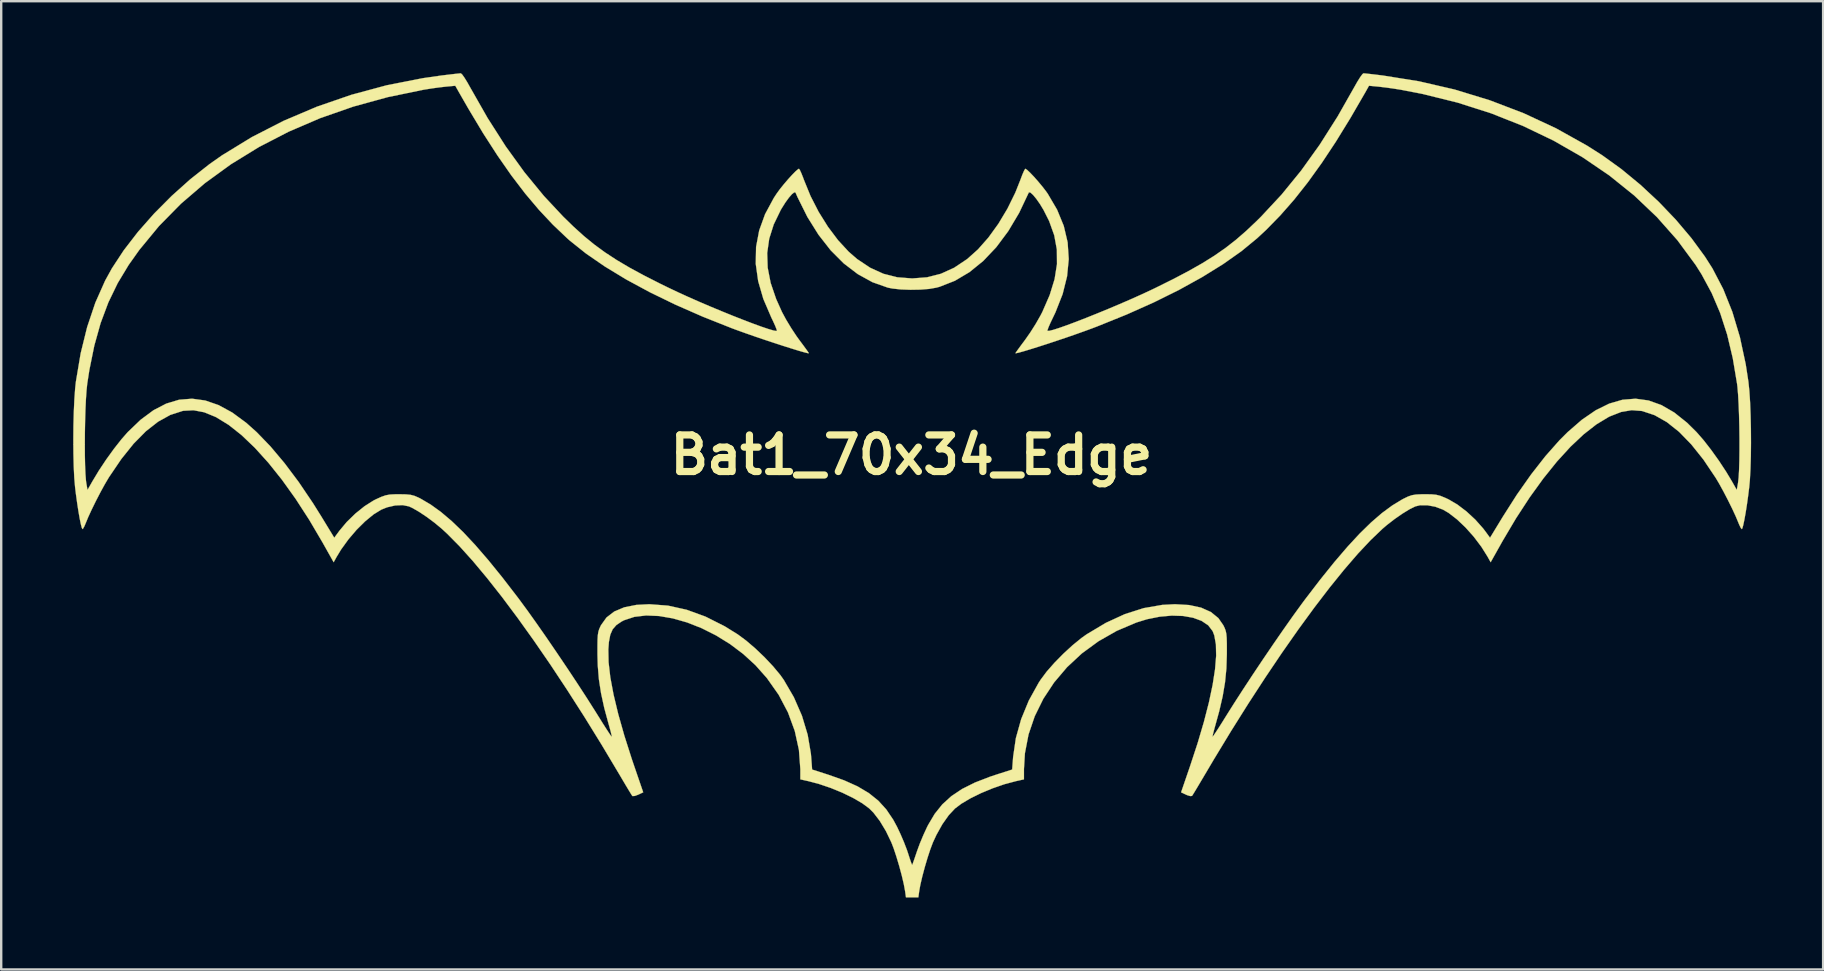
<source format=kicad_pcb>
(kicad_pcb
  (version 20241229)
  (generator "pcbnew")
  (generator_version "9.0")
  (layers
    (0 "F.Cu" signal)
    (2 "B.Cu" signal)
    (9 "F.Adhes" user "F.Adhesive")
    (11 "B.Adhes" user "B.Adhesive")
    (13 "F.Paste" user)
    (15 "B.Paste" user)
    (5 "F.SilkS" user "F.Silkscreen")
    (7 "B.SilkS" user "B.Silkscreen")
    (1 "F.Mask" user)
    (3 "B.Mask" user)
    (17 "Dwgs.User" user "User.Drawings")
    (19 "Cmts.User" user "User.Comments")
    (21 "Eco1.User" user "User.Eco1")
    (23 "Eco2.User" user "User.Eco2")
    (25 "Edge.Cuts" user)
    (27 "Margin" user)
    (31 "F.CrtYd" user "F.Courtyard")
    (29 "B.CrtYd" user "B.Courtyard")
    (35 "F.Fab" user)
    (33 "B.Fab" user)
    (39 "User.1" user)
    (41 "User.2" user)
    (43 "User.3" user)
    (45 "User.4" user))
  (footprint "Bat1_70x34_Edge"
    (layer "F.Cu")
    (at 34.925 17.156)
    (property "Reference" "Bat1_70x34_Edge" (at 0 -1.25 0) (layer "F.SilkS") (effects (font (size 1.524 1.524) (thickness 0.3))))
    (attr through_hole)
    (fp_poly (pts (xy 18.917 -17.144) (xy 19.094 -17.125) (xy 19.337 -17.097) (xy 19.621 -17.062) (xy 19.633 -17.061) (xy 21.145 -16.819) (xy 22.637 -16.474) (xy 24.095 -16.028) (xy 25.508 -15.488) (xy 26.864 -14.856) (xy 28.15 -14.138) (xy 28.783 -13.735) (xy 29.585 -13.157) (xy 30.376 -12.504) (xy 31.137 -11.796) (xy 31.85 -11.05) (xy 32.496 -10.285) (xy 33.057 -9.52) (xy 33.373 -9.024) (xy 33.822 -8.163) (xy 34.204 -7.208) (xy 34.517 -6.163) (xy 34.76 -5.031) (xy 34.872 -4.303) (xy 34.911 -3.924) (xy 34.942 -3.453) (xy 34.963 -2.918) (xy 34.976 -2.344) (xy 34.98 -1.759) (xy 34.974 -1.19) (xy 34.958 -0.662) (xy 34.933 -0.203) (xy 34.906 0.089) (xy 34.859 0.467) (xy 34.808 0.832) (xy 34.755 1.167) (xy 34.703 1.454) (xy 34.657 1.673) (xy 34.619 1.807) (xy 34.597 1.84) (xy 34.554 1.789) (xy 34.491 1.66) (xy 34.449 1.558) (xy 34.343 1.304) (xy 34.193 0.981) (xy 34.016 0.623) (xy 33.829 0.264) (xy 33.649 -0.063) (xy 33.512 -0.293) (xy 33.003 -1.051) (xy 32.492 -1.691) (xy 31.982 -2.215) (xy 31.471 -2.621) (xy 30.962 -2.909) (xy 30.453 -3.078) (xy 30.43 -3.083) (xy 30.01 -3.116) (xy 29.569 -3.041) (xy 29.098 -2.857) (xy 29.053 -2.835) (xy 28.542 -2.527) (xy 28.009 -2.111) (xy 27.458 -1.592) (xy 26.895 -0.976) (xy 26.327 -0.27) (xy 25.757 0.519) (xy 25.191 1.387) (xy 24.635 2.325) (xy 24.595 2.396) (xy 24.133 3.219) (xy 24.01 2.997) (xy 23.746 2.575) (xy 23.432 2.159) (xy 23.086 1.771) (xy 22.73 1.433) (xy 22.384 1.166) (xy 22.147 1.027) (xy 21.825 0.906) (xy 21.491 0.845) (xy 21.184 0.847) (xy 20.994 0.893) (xy 20.751 1.013) (xy 20.454 1.196) (xy 20.131 1.42) (xy 19.812 1.667) (xy 19.626 1.826) (xy 19.137 2.293) (xy 18.604 2.86) (xy 18.032 3.523) (xy 17.424 4.274) (xy 16.787 5.106) (xy 16.124 6.013) (xy 15.441 6.987) (xy 14.742 8.024) (xy 14.032 9.115) (xy 13.316 10.255) (xy 12.599 11.436) (xy 12.255 12.018) (xy 12.081 12.311) (xy 11.928 12.569) (xy 11.804 12.775) (xy 11.721 12.91) (xy 11.69 12.955) (xy 11.616 12.963) (xy 11.482 12.922) (xy 11.442 12.904) (xy 11.235 12.806) (xy 11.611 11.71) (xy 11.924 10.757) (xy 12.185 9.873) (xy 12.394 9.062) (xy 12.549 8.329) (xy 12.65 7.679) (xy 12.696 7.116) (xy 12.686 6.645) (xy 12.619 6.27) (xy 12.549 6.088) (xy 12.365 5.848) (xy 12.089 5.662) (xy 11.735 5.532) (xy 11.316 5.458) (xy 10.847 5.443) (xy 10.343 5.488) (xy 9.816 5.594) (xy 9.375 5.73) (xy 8.554 6.078) (xy 7.794 6.511) (xy 7.101 7.018) (xy 6.483 7.593) (xy 5.945 8.227) (xy 5.494 8.91) (xy 5.137 9.636) (xy 4.879 10.394) (xy 4.728 11.178) (xy 4.688 11.838) (xy 4.688 12.266) (xy 4.347 12.342) (xy 3.874 12.468) (xy 3.384 12.638) (xy 2.904 12.837) (xy 2.462 13.054) (xy 2.085 13.277) (xy 1.817 13.478) (xy 1.553 13.761) (xy 1.288 14.136) (xy 1.041 14.579) (xy 0.894 14.896) (xy 0.787 15.179) (xy 0.67 15.535) (xy 0.554 15.928) (xy 0.45 16.319) (xy 0.369 16.67) (xy 0.325 16.914) (xy 0.288 17.181) (xy -0.228 17.181) (xy -0.266 16.914) (xy -0.319 16.628) (xy -0.403 16.27) (xy -0.509 15.877) (xy -0.626 15.487) (xy -0.742 15.137) (xy -0.835 14.896) (xy -1.063 14.422) (xy -1.318 13.999) (xy -1.584 13.652) (xy -1.758 13.478) (xy -2.051 13.261) (xy -2.434 13.038) (xy -2.88 12.821) (xy -3.361 12.624) (xy -3.851 12.458) (xy -4.288 12.342) (xy -4.629 12.266) (xy -4.629 11.838) (xy -4.688 11.038) (xy -4.861 10.248) (xy -5.143 9.48) (xy -5.532 8.742) (xy -6.022 8.046) (xy -6.5 7.508) (xy -7.008 7.043) (xy -7.559 6.628) (xy -8.142 6.268) (xy -8.741 5.967) (xy -9.345 5.729) (xy -9.941 5.559) (xy -10.515 5.46) (xy -11.054 5.437) (xy -11.545 5.495) (xy -11.975 5.637) (xy -12.075 5.689) (xy -12.294 5.837) (xy -12.448 6.013) (xy -12.548 6.241) (xy -12.606 6.544) (xy -12.629 6.854) (xy -12.619 7.384) (xy -12.547 8.011) (xy -12.412 8.732) (xy -12.217 9.544) (xy -11.962 10.444) (xy -11.648 11.428) (xy -11.552 11.71) (xy -11.176 12.806) (xy -11.383 12.904) (xy -11.525 12.956) (xy -11.619 12.963) (xy -11.631 12.955) (xy -11.673 12.891) (xy -11.765 12.741) (xy -11.895 12.525) (xy -12.053 12.258) (xy -12.195 12.018) (xy -12.911 10.819) (xy -13.628 9.658) (xy -14.342 8.543) (xy -15.046 7.479) (xy -15.738 6.474) (xy -16.411 5.534) (xy -17.061 4.665) (xy -17.684 3.874) (xy -18.274 3.168) (xy -18.827 2.554) (xy -19.337 2.038) (xy -19.566 1.826) (xy -19.867 1.576) (xy -20.19 1.335) (xy -20.507 1.123) (xy -20.788 0.961) (xy -20.935 0.893) (xy -21.196 0.84) (xy -21.513 0.854) (xy -21.847 0.931) (xy -22.087 1.027) (xy -22.412 1.227) (xy -22.762 1.515) (xy -23.118 1.868) (xy -23.457 2.265) (xy -23.761 2.685) (xy -23.95 2.997) (xy -24.073 3.219) (xy -24.536 2.396) (xy -25.091 1.453) (xy -25.656 0.58) (xy -26.226 -0.216) (xy -26.795 -0.928) (xy -27.358 -1.55) (xy -27.91 -2.077) (xy -28.445 -2.501) (xy -28.957 -2.816) (xy -28.994 -2.835) (xy -29.468 -3.029) (xy -29.911 -3.113) (xy -30.333 -3.091) (xy -30.37 -3.083) (xy -30.879 -2.919) (xy -31.389 -2.636) (xy -31.899 -2.236) (xy -32.41 -1.718) (xy -32.92 -1.082) (xy -33.43 -0.33) (xy -33.453 -0.293) (xy -33.614 -0.02) (xy -33.796 0.313) (xy -33.983 0.674) (xy -34.157 1.029) (xy -34.302 1.344) (xy -34.39 1.558) (xy -34.458 1.718) (xy -34.515 1.82) (xy -34.538 1.84) (xy -34.567 1.784) (xy -34.608 1.628) (xy -34.656 1.392) (xy -34.708 1.092) (xy -34.761 0.748) (xy -34.812 0.378) (xy -34.847 0.089) (xy -34.88 -0.297) (xy -34.903 -0.774) (xy -34.916 -1.313) (xy -34.919 -1.698) (xy -34.441 -1.698) (xy -34.439 -1.233) (xy -34.43 -0.812) (xy -34.415 -0.456) (xy -34.394 -0.186) (xy -34.381 -0.089) (xy -34.329 0.208) (xy -34.127 -0.148) (xy -33.86 -0.592) (xy -33.552 -1.056) (xy -33.227 -1.506) (xy -32.909 -1.91) (xy -32.651 -2.204) (xy -32.115 -2.717) (xy -31.581 -3.113) (xy -31.047 -3.39) (xy -30.511 -3.551) (xy -29.97 -3.594) (xy -29.423 -3.519) (xy -28.866 -3.327) (xy -28.299 -3.018) (xy -27.718 -2.591) (xy -27.281 -2.201) (xy -26.71 -1.61) (xy -26.123 -0.913) (xy -25.528 -0.12) (xy -24.934 0.759) (xy -24.577 1.33) (xy -24.048 2.199) (xy -23.834 1.909) (xy -23.529 1.544) (xy -23.169 1.193) (xy -22.786 0.885) (xy -22.414 0.649) (xy -22.32 0.601) (xy -22.089 0.496) (xy -21.907 0.432) (xy -21.729 0.399) (xy -21.507 0.388) (xy -21.335 0.387) (xy -21.063 0.392) (xy -20.868 0.411) (xy -20.707 0.453) (xy -20.537 0.526) (xy -20.445 0.573) (xy -20.032 0.816) (xy -19.605 1.124) (xy -19.158 1.502) (xy -18.685 1.956) (xy -18.182 2.493) (xy -17.642 3.117) (xy -17.059 3.835) (xy -16.429 4.652) (xy -16.335 4.777) (xy -16.005 5.225) (xy -15.629 5.753) (xy -15.219 6.34) (xy -14.791 6.966) (xy -14.358 7.608) (xy -13.935 8.246) (xy -13.536 8.859) (xy -13.176 9.426) (xy -13.03 9.66) (xy -12.856 9.939) (xy -12.704 10.177) (xy -12.585 10.358) (xy -12.51 10.466) (xy -12.487 10.489) (xy -12.494 10.428) (xy -12.529 10.28) (xy -12.585 10.073) (xy -12.613 9.976) (xy -12.799 9.289) (xy -12.933 8.674) (xy -13.022 8.097) (xy -13.069 7.526) (xy -13.082 7.061) (xy -13.082 6.707) (xy -13.078 6.448) (xy -13.067 6.261) (xy -13.045 6.122) (xy -13.011 6.008) (xy -12.96 5.895) (xy -12.935 5.844) (xy -12.705 5.522) (xy -12.382 5.273) (xy -11.967 5.098) (xy -11.46 4.997) (xy -10.92 4.969) (xy -10.142 5.028) (xy -9.364 5.2) (xy -8.58 5.485) (xy -7.786 5.885) (xy -7.24 6.223) (xy -6.886 6.485) (xy -6.503 6.813) (xy -6.12 7.179) (xy -5.765 7.556) (xy -5.465 7.917) (xy -5.323 8.116) (xy -4.898 8.846) (xy -4.562 9.616) (xy -4.324 10.405) (xy -4.19 11.19) (xy -4.178 11.328) (xy -4.138 11.857) (xy -3.467 12.072) (xy -2.804 12.307) (xy -2.246 12.558) (xy -1.776 12.837) (xy -1.382 13.153) (xy -1.049 13.518) (xy -0.761 13.944) (xy -0.601 14.24) (xy -0.455 14.55) (xy -0.311 14.886) (xy -0.191 15.199) (xy -0.141 15.347) (xy -0.07 15.568) (xy -0.012 15.735) (xy 0.024 15.824) (xy 0.031 15.833) (xy 0.055 15.773) (xy 0.108 15.625) (xy 0.18 15.415) (xy 0.233 15.258) (xy 0.351 14.937) (xy 0.501 14.578) (xy 0.655 14.245) (xy 0.698 14.161) (xy 0.97 13.703) (xy 1.286 13.309) (xy 1.662 12.967) (xy 2.11 12.667) (xy 2.643 12.4) (xy 3.277 12.155) (xy 3.527 12.072) (xy 4.197 11.857) (xy 4.237 11.328) (xy 4.351 10.547) (xy 4.572 9.757) (xy 4.891 8.981) (xy 5.3 8.242) (xy 5.382 8.116) (xy 5.633 7.779) (xy 5.958 7.409) (xy 6.328 7.033) (xy 6.714 6.678) (xy 7.089 6.373) (xy 7.3 6.223) (xy 8.102 5.744) (xy 8.892 5.381) (xy 9.674 5.132) (xy 10.451 4.997) (xy 10.979 4.969) (xy 11.569 5.003) (xy 12.068 5.111) (xy 12.475 5.293) (xy 12.789 5.548) (xy 12.994 5.844) (xy 13.052 5.963) (xy 13.092 6.074) (xy 13.119 6.2) (xy 13.134 6.365) (xy 13.141 6.592) (xy 13.142 6.905) (xy 13.141 7.061) (xy 13.122 7.65) (xy 13.066 8.219) (xy 12.968 8.801) (xy 12.823 9.429) (xy 12.672 9.976) (xy 12.61 10.2) (xy 12.565 10.376) (xy 12.546 10.476) (xy 12.547 10.489) (xy 12.582 10.448) (xy 12.669 10.321) (xy 12.797 10.125) (xy 12.955 9.876) (xy 13.089 9.66) (xy 13.428 9.121) (xy 13.811 8.527) (xy 14.225 7.897) (xy 14.655 7.254) (xy 15.087 6.618) (xy 15.507 6.011) (xy 15.9 5.454) (xy 16.253 4.967) (xy 16.394 4.777) (xy 17.031 3.946) (xy 17.62 3.214) (xy 18.166 2.577) (xy 18.674 2.028) (xy 19.151 1.562) (xy 19.601 1.173) (xy 20.031 0.856) (xy 20.445 0.604) (xy 20.504 0.573) (xy 20.692 0.482) (xy 20.852 0.427) (xy 21.026 0.398) (xy 21.257 0.388) (xy 21.394 0.387) (xy 21.665 0.39) (xy 21.863 0.409) (xy 22.037 0.453) (xy 22.234 0.533) (xy 22.38 0.601) (xy 22.744 0.814) (xy 23.128 1.106) (xy 23.497 1.448) (xy 23.82 1.812) (xy 23.894 1.909) (xy 24.107 2.199) (xy 24.636 1.33) (xy 25.226 0.404) (xy 25.822 -0.442) (xy 26.414 -1.199) (xy 26.995 -1.856) (xy 27.34 -2.201) (xy 27.932 -2.715) (xy 28.509 -3.111) (xy 29.073 -3.389) (xy 29.627 -3.55) (xy 30.172 -3.594) (xy 30.712 -3.52) (xy 31.247 -3.329) (xy 31.781 -3.02) (xy 32.315 -2.594) (xy 32.71 -2.204) (xy 33.003 -1.868) (xy 33.323 -1.457) (xy 33.647 -1.004) (xy 33.951 -0.541) (xy 34.187 -0.148) (xy 34.388 0.208) (xy 34.44 -0.089) (xy 34.465 -0.307) (xy 34.483 -0.621) (xy 34.495 -1.012) (xy 34.5 -1.457) (xy 34.5 -1.936) (xy 34.494 -2.426) (xy 34.482 -2.907) (xy 34.465 -3.358) (xy 34.443 -3.757) (xy 34.416 -4.083) (xy 34.4 -4.214) (xy 34.22 -5.287) (xy 33.987 -6.266) (xy 33.696 -7.165) (xy 33.342 -7.997) (xy 32.92 -8.778) (xy 32.673 -9.168) (xy 31.915 -10.197) (xy 31.059 -11.163) (xy 30.111 -12.064) (xy 29.075 -12.897) (xy 27.956 -13.658) (xy 26.759 -14.345) (xy 25.489 -14.955) (xy 24.151 -15.485) (xy 22.75 -15.932) (xy 21.291 -16.293) (xy 20.389 -16.467) (xy 20.088 -16.515) (xy 19.774 -16.559) (xy 19.504 -16.591) (xy 19.461 -16.596) (xy 19.064 -16.633) (xy 18.918 -16.372) (xy 18.287 -15.284) (xy 17.682 -14.301) (xy 17.094 -13.414) (xy 16.517 -12.612) (xy 15.945 -11.888) (xy 15.369 -11.232) (xy 14.784 -10.633) (xy 14.404 -10.28) (xy 13.748 -9.74) (xy 12.981 -9.199) (xy 12.111 -8.66) (xy 11.147 -8.127) (xy 10.095 -7.606) (xy 8.964 -7.101) (xy 7.762 -6.615) (xy 7.537 -6.529) (xy 7.213 -6.41) (xy 6.848 -6.28) (xy 6.459 -6.145) (xy 6.06 -6.011) (xy 5.669 -5.881) (xy 5.299 -5.762) (xy 4.968 -5.658) (xy 4.69 -5.574) (xy 4.482 -5.516) (xy 4.359 -5.488) (xy 4.332 -5.49) (xy 4.366 -5.542) (xy 4.457 -5.669) (xy 4.591 -5.852) (xy 4.745 -6.058) (xy 4.955 -6.359) (xy 5.176 -6.708) (xy 5.372 -7.051) (xy 5.452 -7.205) (xy 5.76 -7.911) (xy 5.964 -8.573) (xy 6.064 -9.201) (xy 6.059 -9.807) (xy 5.95 -10.402) (xy 5.737 -10.997) (xy 5.505 -11.457) (xy 5.353 -11.708) (xy 5.202 -11.923) (xy 5.067 -12.086) (xy 4.96 -12.182) (xy 4.896 -12.193) (xy 4.888 -12.182) (xy 4.486 -11.334) (xy 4.033 -10.574) (xy 3.535 -9.907) (xy 2.996 -9.338) (xy 2.421 -8.87) (xy 1.813 -8.509) (xy 1.177 -8.259) (xy 1.041 -8.222) (xy 0.742 -8.169) (xy 0.367 -8.139) (xy -0.041 -8.132) (xy -0.443 -8.147) (xy -0.796 -8.185) (xy -0.982 -8.222) (xy -1.623 -8.448) (xy -2.237 -8.786) (xy -2.82 -9.231) (xy -3.367 -9.78) (xy -3.873 -10.427) (xy -4.336 -11.168) (xy -4.749 -11.998) (xy -4.829 -12.182) (xy -4.881 -12.193) (xy -4.979 -12.116) (xy -5.108 -11.968) (xy -5.256 -11.764) (xy -5.409 -11.52) (xy -5.446 -11.457) (xy -5.738 -10.854) (xy -5.926 -10.26) (xy -6.01 -9.664) (xy -5.99 -9.054) (xy -5.866 -8.419) (xy -5.637 -7.748) (xy -5.393 -7.205) (xy -5.222 -6.888) (xy -5.009 -6.535) (xy -4.789 -6.202) (xy -4.685 -6.058) (xy -4.523 -5.84) (xy -4.391 -5.66) (xy -4.303 -5.537) (xy -4.273 -5.49) (xy -4.326 -5.493) (xy -4.476 -5.53) (xy -4.706 -5.596) (xy -5.001 -5.687) (xy -5.346 -5.796) (xy -5.723 -5.919) (xy -6.119 -6.05) (xy -6.516 -6.185) (xy -6.9 -6.319) (xy -7.254 -6.446) (xy -7.478 -6.529) (xy -8.692 -7.011) (xy -9.836 -7.513) (xy -10.903 -8.032) (xy -11.884 -8.562) (xy -12.772 -9.101) (xy -13.558 -9.642) (xy -14.235 -10.182) (xy -14.345 -10.28) (xy -14.94 -10.846) (xy -15.521 -11.465) (xy -16.095 -12.145) (xy -16.668 -12.896) (xy -17.248 -13.728) (xy -17.842 -14.649) (xy -18.455 -15.67) (xy -18.858 -16.372) (xy -19.005 -16.633) (xy -19.402 -16.596) (xy -19.655 -16.567) (xy -19.965 -16.525) (xy -20.273 -16.476) (xy -20.329 -16.467) (xy -21.821 -16.159) (xy -23.257 -15.764) (xy -24.633 -15.284) (xy -25.944 -14.721) (xy -27.186 -14.08) (xy -28.352 -13.363) (xy -29.439 -12.573) (xy -30.441 -11.713) (xy -31.353 -10.785) (xy -32.17 -9.794) (xy -32.614 -9.168) (xy -33.072 -8.409) (xy -33.461 -7.605) (xy -33.784 -6.742) (xy -34.046 -5.806) (xy -34.253 -4.784) (xy -34.341 -4.214) (xy -34.37 -3.933) (xy -34.395 -3.569) (xy -34.415 -3.142) (xy -34.429 -2.673) (xy -34.438 -2.185) (xy -34.441 -1.698) (xy -34.919 -1.698) (xy -34.92 -1.888) (xy -34.915 -2.473) (xy -34.9 -3.04) (xy -34.876 -3.564) (xy -34.844 -4.016) (xy -34.813 -4.303) (xy -34.614 -5.485) (xy -34.343 -6.583) (xy -34.003 -7.594) (xy -33.595 -8.512) (xy -33.313 -9.024) (xy -32.817 -9.779) (xy -32.225 -10.546) (xy -31.554 -11.307) (xy -30.823 -12.042) (xy -30.05 -12.734) (xy -29.253 -13.363) (xy -28.723 -13.735) (xy -27.478 -14.496) (xy -26.156 -15.173) (xy -24.771 -15.761) (xy -23.335 -16.256) (xy -21.859 -16.654) (xy -20.356 -16.949) (xy -19.574 -17.061) (xy -19.288 -17.095) (xy -19.043 -17.124) (xy -18.863 -17.143) (xy -18.775 -17.151) (xy -18.774 -17.151) (xy -18.718 -17.102) (xy -18.623 -16.968) (xy -18.502 -16.772) (xy -18.39 -16.572) (xy -17.658 -15.287) (xy -16.906 -14.11) (xy -16.126 -13.031) (xy -15.312 -12.04) (xy -14.51 -11.182) (xy -14.069 -10.753) (xy -13.644 -10.369) (xy -13.216 -10.019) (xy -12.769 -9.692) (xy -12.285 -9.375) (xy -11.749 -9.058) (xy -11.142 -8.729) (xy -10.448 -8.376) (xy -10.118 -8.215) (xy -9.728 -8.03) (xy -9.298 -7.834) (xy -8.84 -7.632) (xy -8.368 -7.43) (xy -7.894 -7.233) (xy -7.431 -7.045) (xy -6.994 -6.873) (xy -6.593 -6.72) (xy -6.244 -6.593) (xy -5.957 -6.497) (xy -5.748 -6.436) (xy -5.628 -6.415) (xy -5.606 -6.421) (xy -5.619 -6.483) (xy -5.675 -6.627) (xy -5.766 -6.828) (xy -5.839 -6.979) (xy -6.17 -7.749) (xy -6.386 -8.494) (xy -6.487 -9.215) (xy -6.473 -9.918) (xy -6.343 -10.606) (xy -6.098 -11.284) (xy -5.737 -11.954) (xy -5.618 -12.136) (xy -5.486 -12.318) (xy -5.322 -12.522) (xy -5.145 -12.73) (xy -4.973 -12.919) (xy -4.826 -13.069) (xy -4.721 -13.158) (xy -4.687 -13.175) (xy -4.649 -13.123) (xy -4.585 -12.985) (xy -4.507 -12.787) (xy -4.481 -12.715) (xy -4.204 -12.037) (xy -3.866 -11.378) (xy -3.479 -10.758) (xy -3.059 -10.199) (xy -2.618 -9.721) (xy -2.265 -9.414) (xy -1.719 -9.05) (xy -1.167 -8.799) (xy -0.59 -8.653) (xy 0.03 -8.605) (xy 0.03 -8.605) (xy 0.65 -8.652) (xy 1.226 -8.799) (xy 1.779 -9.05) (xy 2.324 -9.414) (xy 2.324 -9.414) (xy 2.77 -9.813) (xy 3.208 -10.309) (xy 3.622 -10.882) (xy 4 -11.512) (xy 4.327 -12.177) (xy 4.541 -12.715) (xy 4.62 -12.926) (xy 4.69 -13.087) (xy 4.738 -13.169) (xy 4.746 -13.175) (xy 4.816 -13.131) (xy 4.939 -13.015) (xy 5.099 -12.848) (xy 5.275 -12.649) (xy 5.449 -12.44) (xy 5.603 -12.242) (xy 5.678 -12.136) (xy 6.07 -11.467) (xy 6.347 -10.793) (xy 6.508 -10.108) (xy 6.554 -9.409) (xy 6.484 -8.693) (xy 6.3 -7.955) (xy 6 -7.192) (xy 5.898 -6.979) (xy 5.79 -6.753) (xy 5.71 -6.569) (xy 5.668 -6.451) (xy 5.666 -6.421) (xy 5.741 -6.421) (xy 5.912 -6.464) (xy 6.165 -6.545) (xy 6.488 -6.659) (xy 6.867 -6.801) (xy 7.289 -6.965) (xy 7.742 -7.147) (xy 8.212 -7.34) (xy 8.687 -7.541) (xy 9.153 -7.743) (xy 9.597 -7.942) (xy 10.007 -8.133) (xy 10.178 -8.215) (xy 10.915 -8.581) (xy 11.557 -8.919) (xy 12.122 -9.24) (xy 12.626 -9.555) (xy 13.087 -9.876) (xy 13.521 -10.215) (xy 13.945 -10.583) (xy 14.377 -10.992) (xy 14.569 -11.182) (xy 15.422 -12.098) (xy 16.234 -13.094) (xy 17.011 -14.178) (xy 17.762 -15.362) (xy 18.449 -16.572) (xy 18.581 -16.805) (xy 18.699 -16.993) (xy 18.789 -17.115) (xy 18.833 -17.151) (xy 18.917 -17.144)) (stroke (width 0.01) (type solid)) (fill yes) (layer "F.SilkS")))
  (gr_rect
    (start -3 -3)
    (end 72.91 37.342)
    (stroke (width 0.1) (type default))
    (fill no)
    (layer "Edge.Cuts")))
</source>
